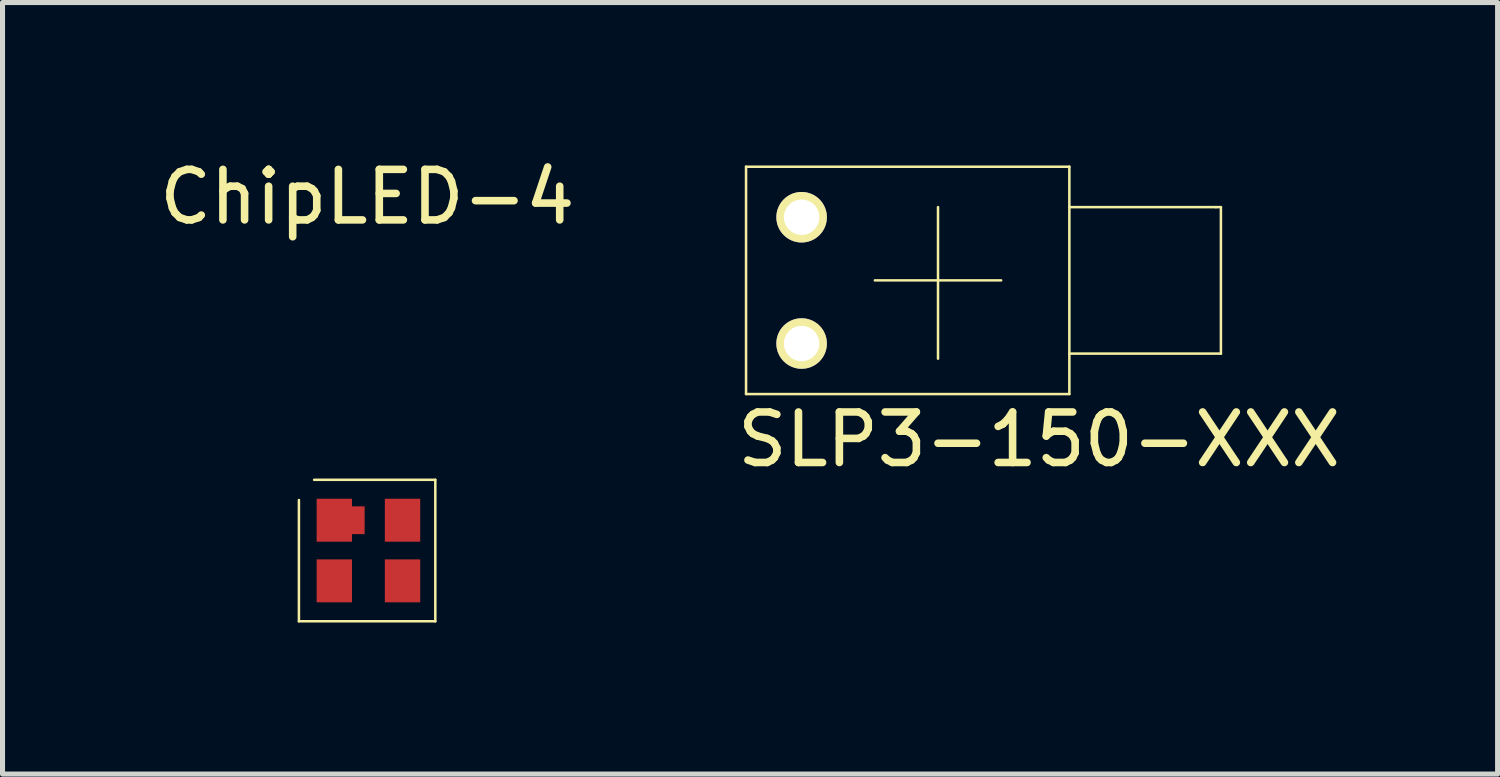
<source format=kicad_pcb>
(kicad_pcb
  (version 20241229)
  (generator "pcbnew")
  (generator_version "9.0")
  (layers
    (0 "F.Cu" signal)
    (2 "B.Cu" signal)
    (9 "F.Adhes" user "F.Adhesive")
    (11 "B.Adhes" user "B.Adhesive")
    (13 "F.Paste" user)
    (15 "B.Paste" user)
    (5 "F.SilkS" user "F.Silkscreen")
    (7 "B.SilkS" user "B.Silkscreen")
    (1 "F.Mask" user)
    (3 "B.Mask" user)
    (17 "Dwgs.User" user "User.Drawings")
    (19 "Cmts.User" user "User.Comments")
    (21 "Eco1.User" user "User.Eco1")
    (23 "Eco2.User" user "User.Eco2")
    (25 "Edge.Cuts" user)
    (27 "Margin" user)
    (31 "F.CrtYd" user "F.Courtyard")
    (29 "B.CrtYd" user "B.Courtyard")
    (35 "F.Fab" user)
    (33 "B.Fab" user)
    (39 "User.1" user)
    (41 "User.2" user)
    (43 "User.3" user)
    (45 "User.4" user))
  (footprint "ChipLED-4"
    (layer "F.Cu")
    (at 4.22 7.848)
    (property "Reference" "ChipLED-4" (at 0 -7 0) (layer "F.SilkS") (effects (font (size 1 1) (thickness 0.15))))
    (attr through_hole)
    (fp_line (start -1.353 -1) (end -1.353 1.4) (stroke (width 0.05) (type solid)) (layer "F.SilkS"))
    (fp_line (start -1.353 1.4) (end 1.347 1.4) (stroke (width 0.05) (type solid)) (layer "F.SilkS"))
    (fp_line (start 1.347 -1.4) (end -1.052 -1.4) (stroke (width 0.05) (type solid)) (layer "F.SilkS"))
    (fp_line (start 1.347 1.4) (end 1.347 -1.4) (stroke (width 0.05) (type solid)) (layer "F.SilkS"))
    (pad "1" smd rect (at -0.652 -0.6) (size 0.7 0.85) (layers "F.Cu" "F.Mask" "F.Paste"))
    (pad "1" smd rect (at -0.177 -0.6) (size 0.25 0.55) (layers "F.Cu" "F.Mask" "F.Paste"))
    (pad "2" smd rect (at -0.652 0.6) (size 0.7 0.85) (layers "F.Cu" "F.Mask" "F.Paste"))
    (pad "3" smd rect (at 0.698 0.6) (size 0.7 0.85) (layers "F.Cu" "F.Mask" "F.Paste"))
    (pad "4" smd rect (at 0.698 -0.6) (size 0.7 0.85) (layers "F.Cu" "F.Mask" "F.Paste")))
  (footprint "SLP3-150-XXX"
    (layer "F.Cu")
    (at 11.718 0.25)
    (property "Reference" "SLP3-150-XXX" (at 5.8 5.4 0) (layer "F.SilkS") (effects (font (size 1 1) (thickness 0.15))))
    (attr through_hole)
    (fp_line (start 0 0) (end 6.4 0) (stroke (width 0.05) (type solid)) (layer "F.SilkS"))
    (fp_line (start 0 4.5) (end 0 0) (stroke (width 0.05) (type solid)) (layer "F.SilkS"))
    (fp_line (start 2.55 2.25) (end 5.05 2.25) (stroke (width 0.05) (type solid)) (layer "F.SilkS"))
    (fp_line (start 3.8 0.8) (end 3.8 3.8) (stroke (width 0.05) (type solid)) (layer "F.SilkS"))
    (fp_line (start 6.4 0) (end 6.4 4.5) (stroke (width 0.05) (type solid)) (layer "F.SilkS"))
    (fp_line (start 6.4 0.8) (end 9.3 0.8) (stroke (width 0.05) (type solid)) (layer "F.SilkS"))
    (fp_line (start 6.4 4.5) (end 0 4.5) (stroke (width 0.05) (type solid)) (layer "F.SilkS"))
    (fp_line (start 9.3 0.8) (end 9.4 0.8) (stroke (width 0.05) (type solid)) (layer "F.SilkS"))
    (fp_line (start 9.4 0.8) (end 9.4 3.7) (stroke (width 0.05) (type solid)) (layer "F.SilkS"))
    (fp_line (start 9.4 3.7) (end 6.4 3.7) (stroke (width 0.05) (type solid)) (layer "F.SilkS"))
    (pad "" np_thru_hole circle (at 1.1 1) (size 1 1) (drill 0.7) (layers "*.Cu" "*.Mask" "F.SilkS"))
    (pad "" np_thru_hole circle (at 1.1 3.5) (size 1 1) (drill 0.7) (layers "*.Cu" "*.Mask" "F.SilkS")))
  (gr_rect
    (start -3 -3)
    (end 26.595 12.273)
    (stroke (width 0.1) (type default))
    (fill no)
    (layer "Edge.Cuts")))
</source>
